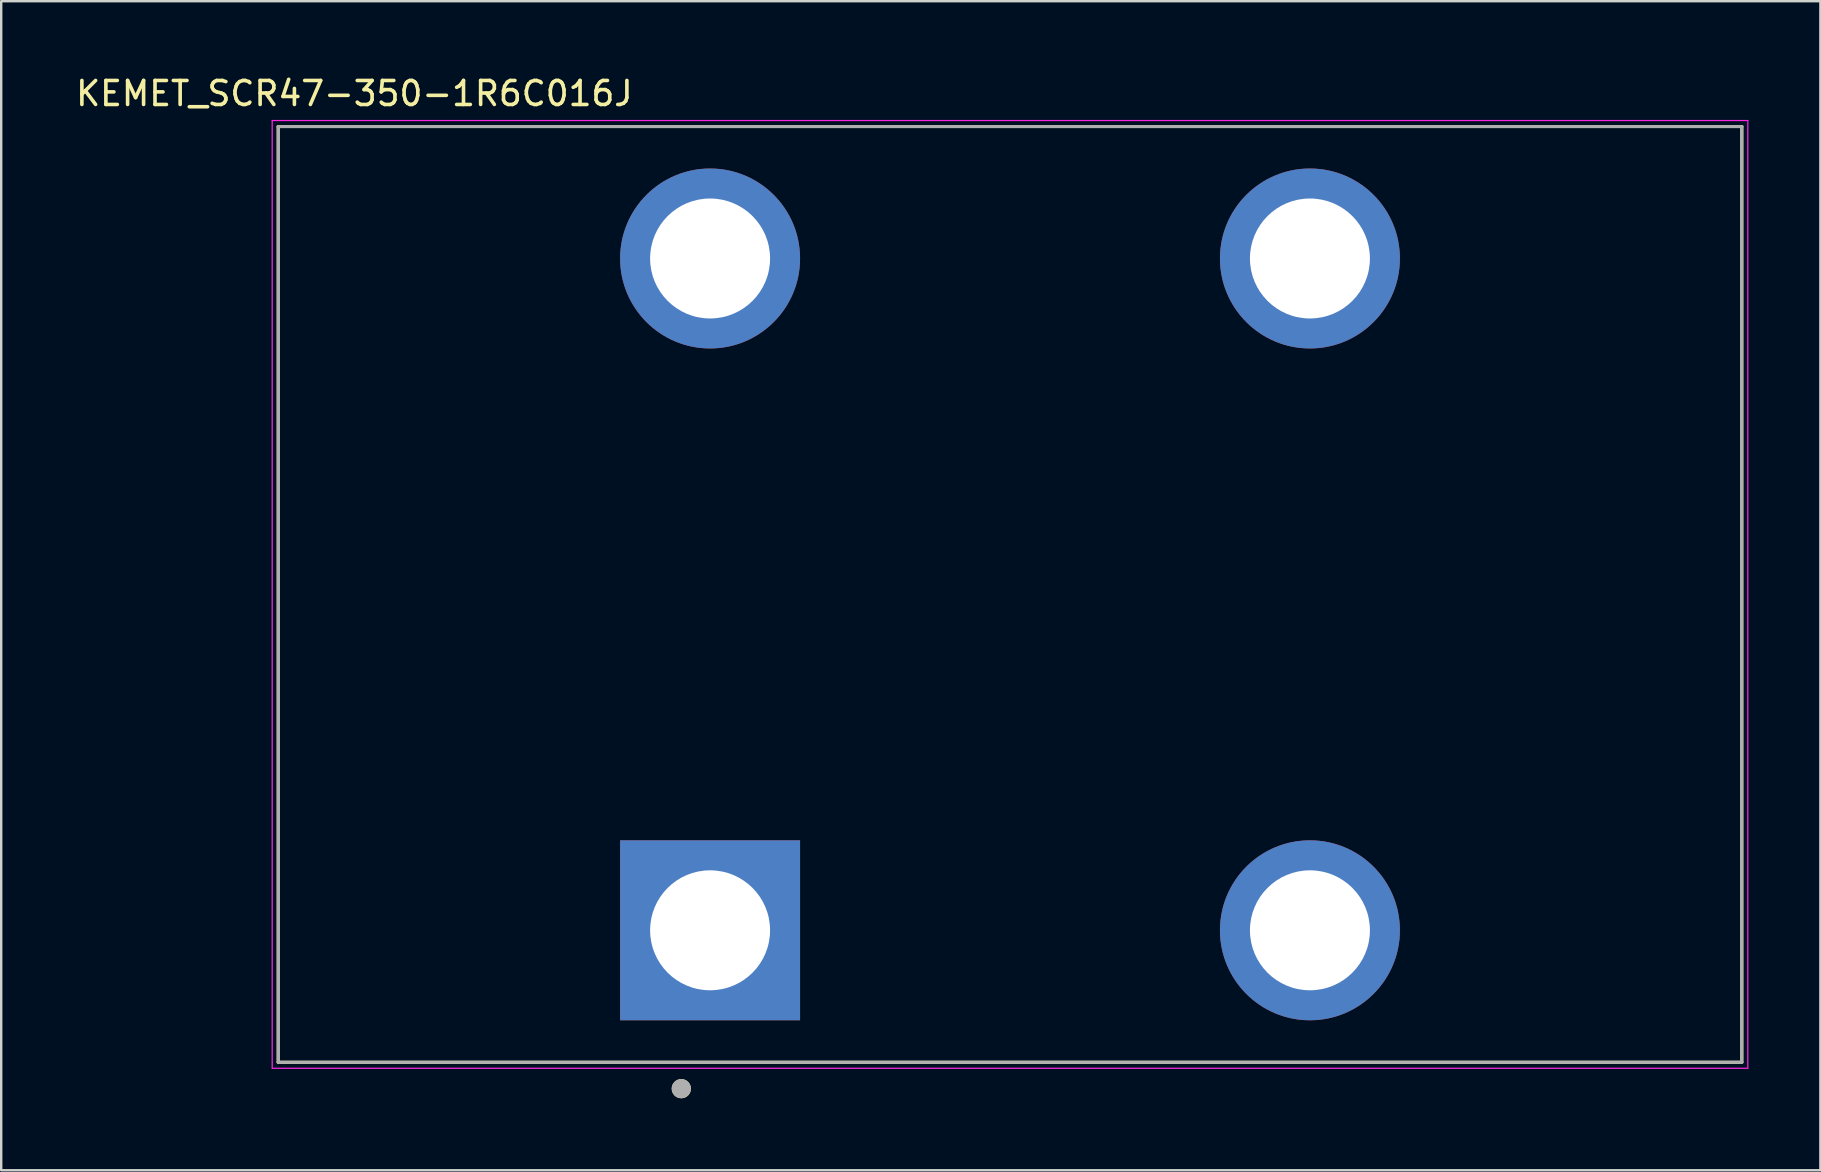
<source format=kicad_pcb>
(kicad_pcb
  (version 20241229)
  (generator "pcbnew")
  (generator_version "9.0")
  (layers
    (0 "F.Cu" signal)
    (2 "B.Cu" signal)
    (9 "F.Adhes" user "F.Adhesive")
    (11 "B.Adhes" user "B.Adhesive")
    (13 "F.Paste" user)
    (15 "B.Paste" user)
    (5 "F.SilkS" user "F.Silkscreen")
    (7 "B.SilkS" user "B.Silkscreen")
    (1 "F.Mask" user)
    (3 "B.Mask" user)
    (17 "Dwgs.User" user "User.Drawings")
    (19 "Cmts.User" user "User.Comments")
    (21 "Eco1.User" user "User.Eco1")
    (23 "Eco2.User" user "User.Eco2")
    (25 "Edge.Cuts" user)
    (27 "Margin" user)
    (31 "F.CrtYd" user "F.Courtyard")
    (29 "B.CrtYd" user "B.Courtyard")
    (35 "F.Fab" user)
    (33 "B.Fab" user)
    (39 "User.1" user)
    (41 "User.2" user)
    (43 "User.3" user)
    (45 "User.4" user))
  (footprint "KEMET_SCR47-350-1R6C016J"
    (layer "F.Cu")
    (at 39.045 21.723)
    (property "Reference" "KEMET_SCR47-350-1R6C016J" (at -27.325 -20.875 0) (layer "F.SilkS") (effects (font (size 1 1) (thickness 0.15))))
    (attr through_hole)
    (fp_line (start -30.5 -19.5) (end 30.5 -19.5) (stroke (width 0.127) (type solid)) (layer "F.SilkS"))
    (fp_line (start -30.5 19.5) (end -30.5 -19.5) (stroke (width 0.127) (type solid)) (layer "F.SilkS"))
    (fp_line (start 30.5 -19.5) (end 30.5 19.5) (stroke (width 0.127) (type solid)) (layer "F.SilkS"))
    (fp_line (start 30.5 19.5) (end -30.5 19.5) (stroke (width 0.127) (type solid)) (layer "F.SilkS"))
    (fp_circle (center -13.7 20.6) (end -13.5 20.6) (stroke (width 0.4) (type solid)) (fill no) (layer "F.SilkS"))
    (fp_line (start -30.75 -19.75) (end 30.75 -19.75) (stroke (width 0.05) (type solid)) (layer "F.CrtYd"))
    (fp_line (start -30.75 19.75) (end -30.75 -19.75) (stroke (width 0.05) (type solid)) (layer "F.CrtYd"))
    (fp_line (start 30.75 -19.75) (end 30.75 19.75) (stroke (width 0.05) (type solid)) (layer "F.CrtYd"))
    (fp_line (start 30.75 19.75) (end -30.75 19.75) (stroke (width 0.05) (type solid)) (layer "F.CrtYd"))
    (fp_line (start -30.5 -19.5) (end 30.5 -19.5) (stroke (width 0.127) (type solid)) (layer "F.Fab"))
    (fp_line (start -30.5 19.5) (end -30.5 -19.5) (stroke (width 0.127) (type solid)) (layer "F.Fab"))
    (fp_line (start 30.5 -19.5) (end 30.5 19.5) (stroke (width 0.127) (type solid)) (layer "F.Fab"))
    (fp_line (start 30.5 19.5) (end -30.5 19.5) (stroke (width 0.127) (type solid)) (layer "F.Fab"))
    (fp_circle (center -13.7 20.6) (end -13.5 20.6) (stroke (width 0.4) (type solid)) (fill no) (layer "F.Fab"))
    (pad "1" thru_hole rect (at -12.5 14) (size 7.5 7.5) (drill 5) (layers "*.Cu" "*.Mask"))
    (pad "2" thru_hole circle (at 12.5 14) (size 7.5 7.5) (drill 5) (layers "*.Cu" "*.Mask"))
    (pad "3" thru_hole circle (at -12.5 -14) (size 7.5 7.5) (drill 5) (layers "*.Cu" "*.Mask"))
    (pad "4" thru_hole circle (at 12.5 -14) (size 7.5 7.5) (drill 5) (layers "*.Cu" "*.Mask")))
  (gr_rect
    (start -3 -3)
    (end 72.82 45.723)
    (stroke (width 0.1) (type default))
    (fill no)
    (layer "Edge.Cuts")))
</source>
